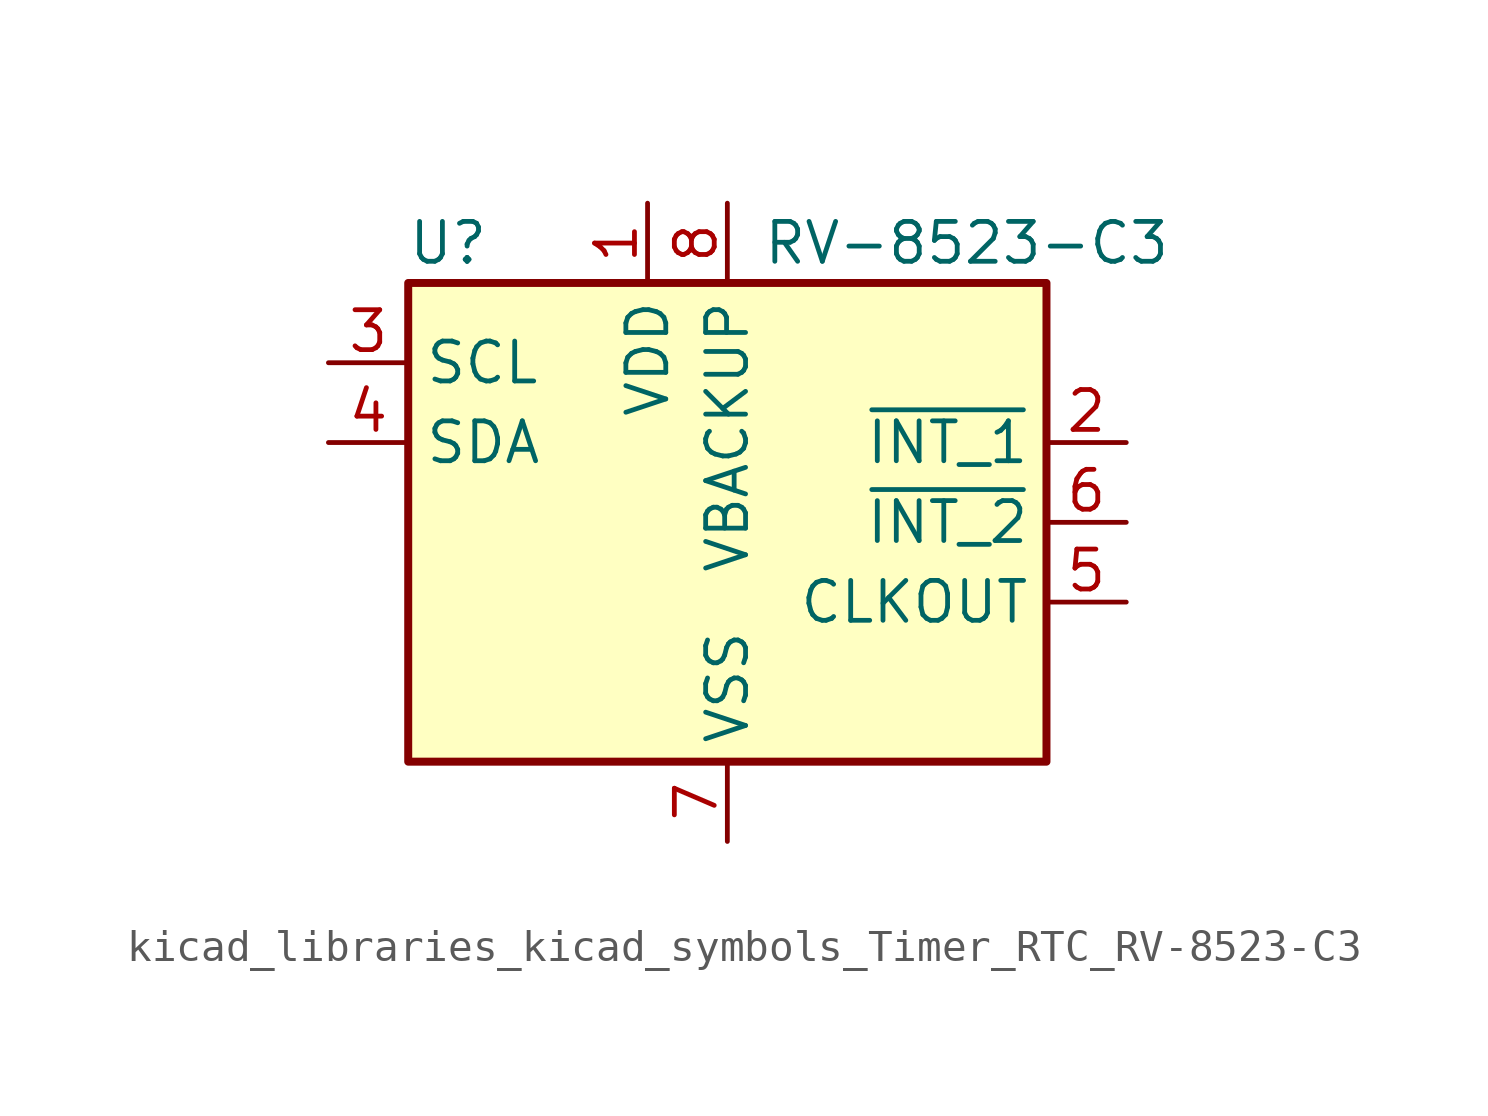
<source format=kicad_sym>
(kicad_symbol_lib
  (version 20220914)
  (generator kicad_symbol_editor)
  (symbol "kicad_libraries_kicad_symbols_Timer_RTC_RV-8523-C3"
    (property "Reference" "U"
      (at -8.89 8.89 0)
      (effects (font (size 1.27 1.27))))
    (property "Value" "RV-8523-C3"
      (at 7.62 8.89 0)
      (effects (font (size 1.27 1.27))))
    (symbol "kicad_libraries_kicad_symbols_Timer_RTC_RV-8523-C3_0_1"
      (rectangle (start 10.16 7.62) (end -10.16 -7.62) (stroke (width 0.254) (type default)) (fill (type background))))
    (symbol "kicad_libraries_kicad_symbols_Timer_RTC_RV-8523-C3_1_1"
      (pin power_in line (at -2.54 10.16 270) (length 2.54) (name "VDD" (effects (font (size 1.27 1.27)))) (number "1" (effects (font (size 1.27 1.27)))))
      (pin no_connect line (at -10.16 -5.08 0) (length 2.54) hide (name "NC" (effects (font (size 1.27 1.27)))) (number "10" (effects (font (size 1.27 1.27)))))
      (pin open_collector line (at 12.7 2.54 180) (length 2.54) (name "~{INT_1}" (effects (font (size 1.27 1.27)))) (number "2" (effects (font (size 1.27 1.27)))))
      (pin input line (at -12.7 5.08 0) (length 2.54) (name "SCL" (effects (font (size 1.27 1.27)))) (number "3" (effects (font (size 1.27 1.27)))))
      (pin bidirectional line (at -12.7 2.54 0) (length 2.54) (name "SDA" (effects (font (size 1.27 1.27)))) (number "4" (effects (font (size 1.27 1.27)))))
      (pin open_collector line (at 12.7 -2.54 180) (length 2.54) (name "CLKOUT" (effects (font (size 1.27 1.27)))) (number "5" (effects (font (size 1.27 1.27)))))
      (pin open_collector line (at 12.7 0 180) (length 2.54) (name "~{INT_2}" (effects (font (size 1.27 1.27)))) (number "6" (effects (font (size 1.27 1.27)))))
      (pin power_in line (at 0 -10.16 90) (length 2.54) (name "VSS" (effects (font (size 1.27 1.27)))) (number "7" (effects (font (size 1.27 1.27)))))
      (pin power_in line (at 0 10.16 270) (length 2.54) (name "VBACKUP" (effects (font (size 1.27 1.27)))) (number "8" (effects (font (size 1.27 1.27)))))
      (pin no_connect line (at -10.16 -2.54 0) (length 2.54) hide (name "NC" (effects (font (size 1.27 1.27)))) (number "9" (effects (font (size 1.27 1.27))))))))
</source>
